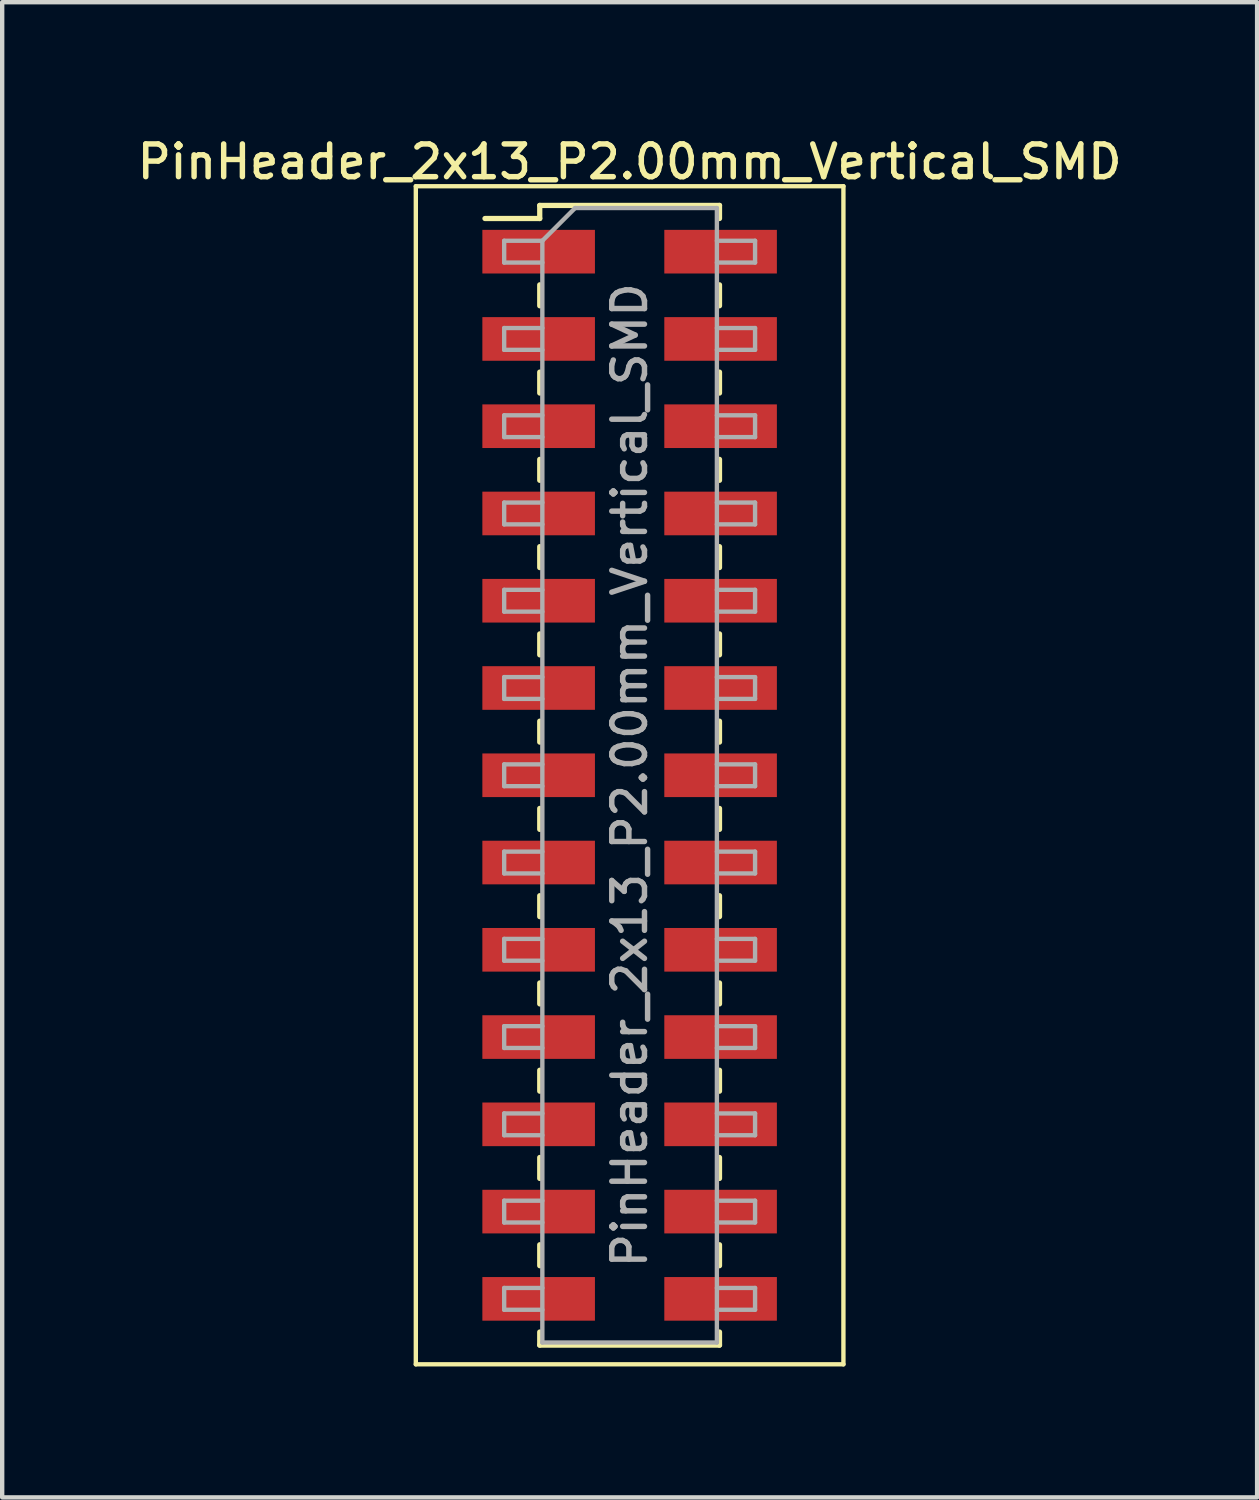
<source format=kicad_pcb>
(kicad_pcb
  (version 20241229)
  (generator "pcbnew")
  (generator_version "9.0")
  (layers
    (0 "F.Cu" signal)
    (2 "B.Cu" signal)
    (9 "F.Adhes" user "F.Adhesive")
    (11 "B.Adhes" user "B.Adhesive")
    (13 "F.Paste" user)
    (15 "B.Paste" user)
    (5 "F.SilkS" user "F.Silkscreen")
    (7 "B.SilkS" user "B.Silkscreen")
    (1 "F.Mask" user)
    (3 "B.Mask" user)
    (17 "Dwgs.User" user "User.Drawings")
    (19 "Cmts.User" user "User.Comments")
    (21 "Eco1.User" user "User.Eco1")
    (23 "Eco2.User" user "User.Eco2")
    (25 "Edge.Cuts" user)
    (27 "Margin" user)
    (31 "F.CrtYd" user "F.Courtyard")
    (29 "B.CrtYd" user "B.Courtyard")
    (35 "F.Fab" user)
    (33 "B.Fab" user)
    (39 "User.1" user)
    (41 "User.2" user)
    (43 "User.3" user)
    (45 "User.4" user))
  (footprint "PinHeader_2x13_P2.00mm_Vertical_SMD"
    (layer "F.Cu")
    (at 11.38 14.718)
    (property "Reference" "PinHeader_2x13_P2.00mm_Vertical_SMD" (at 0 -14.06 0) (layer "F.SilkS") (effects (font (size 0.75 0.75) (thickness 0.125))))
    (attr smd)
    (fp_line (start -4.9 -13.5) (end -4.9 13.5) (stroke (width 0.1) (type solid)) (layer "F.SilkS"))
    (fp_line (start -4.9 13.5) (end 4.9 13.5) (stroke (width 0.1) (type solid)) (layer "F.SilkS"))
    (fp_line (start -3.315 -12.76) (end -2.06 -12.76) (stroke (width 0.12) (type solid)) (layer "F.SilkS"))
    (fp_line (start -2.06 -13.06) (end -2.06 -12.76) (stroke (width 0.12) (type solid)) (layer "F.SilkS"))
    (fp_line (start -2.06 -13.06) (end 2.06 -13.06) (stroke (width 0.12) (type solid)) (layer "F.SilkS"))
    (fp_line (start -2.06 -11.24) (end -2.06 -10.76) (stroke (width 0.12) (type solid)) (layer "F.SilkS"))
    (fp_line (start -2.06 -9.24) (end -2.06 -8.76) (stroke (width 0.12) (type solid)) (layer "F.SilkS"))
    (fp_line (start -2.06 -7.24) (end -2.06 -6.76) (stroke (width 0.12) (type solid)) (layer "F.SilkS"))
    (fp_line (start -2.06 -5.24) (end -2.06 -4.76) (stroke (width 0.12) (type solid)) (layer "F.SilkS"))
    (fp_line (start -2.06 -3.24) (end -2.06 -2.76) (stroke (width 0.12) (type solid)) (layer "F.SilkS"))
    (fp_line (start -2.06 -1.24) (end -2.06 -0.76) (stroke (width 0.12) (type solid)) (layer "F.SilkS"))
    (fp_line (start -2.06 0.76) (end -2.06 1.24) (stroke (width 0.12) (type solid)) (layer "F.SilkS"))
    (fp_line (start -2.06 2.76) (end -2.06 3.24) (stroke (width 0.12) (type solid)) (layer "F.SilkS"))
    (fp_line (start -2.06 4.76) (end -2.06 5.24) (stroke (width 0.12) (type solid)) (layer "F.SilkS"))
    (fp_line (start -2.06 6.76) (end -2.06 7.24) (stroke (width 0.12) (type solid)) (layer "F.SilkS"))
    (fp_line (start -2.06 8.76) (end -2.06 9.24) (stroke (width 0.12) (type solid)) (layer "F.SilkS"))
    (fp_line (start -2.06 10.76) (end -2.06 11.24) (stroke (width 0.12) (type solid)) (layer "F.SilkS"))
    (fp_line (start -2.06 12.76) (end -2.06 13.06) (stroke (width 0.12) (type solid)) (layer "F.SilkS"))
    (fp_line (start -2.06 13.06) (end 2.06 13.06) (stroke (width 0.12) (type solid)) (layer "F.SilkS"))
    (fp_line (start 2.06 -13.06) (end 2.06 -12.76) (stroke (width 0.12) (type solid)) (layer "F.SilkS"))
    (fp_line (start 2.06 -11.24) (end 2.06 -10.76) (stroke (width 0.12) (type solid)) (layer "F.SilkS"))
    (fp_line (start 2.06 -9.24) (end 2.06 -8.76) (stroke (width 0.12) (type solid)) (layer "F.SilkS"))
    (fp_line (start 2.06 -7.24) (end 2.06 -6.76) (stroke (width 0.12) (type solid)) (layer "F.SilkS"))
    (fp_line (start 2.06 -5.24) (end 2.06 -4.76) (stroke (width 0.12) (type solid)) (layer "F.SilkS"))
    (fp_line (start 2.06 -3.24) (end 2.06 -2.76) (stroke (width 0.12) (type solid)) (layer "F.SilkS"))
    (fp_line (start 2.06 -1.24) (end 2.06 -0.76) (stroke (width 0.12) (type solid)) (layer "F.SilkS"))
    (fp_line (start 2.06 0.76) (end 2.06 1.24) (stroke (width 0.12) (type solid)) (layer "F.SilkS"))
    (fp_line (start 2.06 2.76) (end 2.06 3.24) (stroke (width 0.12) (type solid)) (layer "F.SilkS"))
    (fp_line (start 2.06 4.76) (end 2.06 5.24) (stroke (width 0.12) (type solid)) (layer "F.SilkS"))
    (fp_line (start 2.06 6.76) (end 2.06 7.24) (stroke (width 0.12) (type solid)) (layer "F.SilkS"))
    (fp_line (start 2.06 8.76) (end 2.06 9.24) (stroke (width 0.12) (type solid)) (layer "F.SilkS"))
    (fp_line (start 2.06 10.76) (end 2.06 11.24) (stroke (width 0.12) (type solid)) (layer "F.SilkS"))
    (fp_line (start 2.06 12.76) (end 2.06 13.06) (stroke (width 0.12) (type solid)) (layer "F.SilkS"))
    (fp_line (start 4.9 -13.5) (end -4.9 -13.5) (stroke (width 0.1) (type solid)) (layer "F.SilkS"))
    (fp_line (start 4.9 13.5) (end 4.9 -13.5) (stroke (width 0.1) (type solid)) (layer "F.SilkS"))
    (fp_line (start -2.875 -12.25) (end -2.875 -11.75) (stroke (width 0.1) (type solid)) (layer "F.Fab"))
    (fp_line (start -2.875 -11.75) (end -2 -11.75) (stroke (width 0.1) (type solid)) (layer "F.Fab"))
    (fp_line (start -2.875 -10.25) (end -2.875 -9.75) (stroke (width 0.1) (type solid)) (layer "F.Fab"))
    (fp_line (start -2.875 -9.75) (end -2 -9.75) (stroke (width 0.1) (type solid)) (layer "F.Fab"))
    (fp_line (start -2.875 -8.25) (end -2.875 -7.75) (stroke (width 0.1) (type solid)) (layer "F.Fab"))
    (fp_line (start -2.875 -7.75) (end -2 -7.75) (stroke (width 0.1) (type solid)) (layer "F.Fab"))
    (fp_line (start -2.875 -6.25) (end -2.875 -5.75) (stroke (width 0.1) (type solid)) (layer "F.Fab"))
    (fp_line (start -2.875 -5.75) (end -2 -5.75) (stroke (width 0.1) (type solid)) (layer "F.Fab"))
    (fp_line (start -2.875 -4.25) (end -2.875 -3.75) (stroke (width 0.1) (type solid)) (layer "F.Fab"))
    (fp_line (start -2.875 -3.75) (end -2 -3.75) (stroke (width 0.1) (type solid)) (layer "F.Fab"))
    (fp_line (start -2.875 -2.25) (end -2.875 -1.75) (stroke (width 0.1) (type solid)) (layer "F.Fab"))
    (fp_line (start -2.875 -1.75) (end -2 -1.75) (stroke (width 0.1) (type solid)) (layer "F.Fab"))
    (fp_line (start -2.875 -0.25) (end -2.875 0.25) (stroke (width 0.1) (type solid)) (layer "F.Fab"))
    (fp_line (start -2.875 0.25) (end -2 0.25) (stroke (width 0.1) (type solid)) (layer "F.Fab"))
    (fp_line (start -2.875 1.75) (end -2.875 2.25) (stroke (width 0.1) (type solid)) (layer "F.Fab"))
    (fp_line (start -2.875 2.25) (end -2 2.25) (stroke (width 0.1) (type solid)) (layer "F.Fab"))
    (fp_line (start -2.875 3.75) (end -2.875 4.25) (stroke (width 0.1) (type solid)) (layer "F.Fab"))
    (fp_line (start -2.875 4.25) (end -2 4.25) (stroke (width 0.1) (type solid)) (layer "F.Fab"))
    (fp_line (start -2.875 5.75) (end -2.875 6.25) (stroke (width 0.1) (type solid)) (layer "F.Fab"))
    (fp_line (start -2.875 6.25) (end -2 6.25) (stroke (width 0.1) (type solid)) (layer "F.Fab"))
    (fp_line (start -2.875 7.75) (end -2.875 8.25) (stroke (width 0.1) (type solid)) (layer "F.Fab"))
    (fp_line (start -2.875 8.25) (end -2 8.25) (stroke (width 0.1) (type solid)) (layer "F.Fab"))
    (fp_line (start -2.875 9.75) (end -2.875 10.25) (stroke (width 0.1) (type solid)) (layer "F.Fab"))
    (fp_line (start -2.875 10.25) (end -2 10.25) (stroke (width 0.1) (type solid)) (layer "F.Fab"))
    (fp_line (start -2.875 11.75) (end -2.875 12.25) (stroke (width 0.1) (type solid)) (layer "F.Fab"))
    (fp_line (start -2.875 12.25) (end -2 12.25) (stroke (width 0.1) (type solid)) (layer "F.Fab"))
    (fp_line (start -2 -12.25) (end -2.875 -12.25) (stroke (width 0.1) (type solid)) (layer "F.Fab"))
    (fp_line (start -2 -12.25) (end -1.25 -13) (stroke (width 0.1) (type solid)) (layer "F.Fab"))
    (fp_line (start -2 -10.25) (end -2.875 -10.25) (stroke (width 0.1) (type solid)) (layer "F.Fab"))
    (fp_line (start -2 -8.25) (end -2.875 -8.25) (stroke (width 0.1) (type solid)) (layer "F.Fab"))
    (fp_line (start -2 -6.25) (end -2.875 -6.25) (stroke (width 0.1) (type solid)) (layer "F.Fab"))
    (fp_line (start -2 -4.25) (end -2.875 -4.25) (stroke (width 0.1) (type solid)) (layer "F.Fab"))
    (fp_line (start -2 -2.25) (end -2.875 -2.25) (stroke (width 0.1) (type solid)) (layer "F.Fab"))
    (fp_line (start -2 -0.25) (end -2.875 -0.25) (stroke (width 0.1) (type solid)) (layer "F.Fab"))
    (fp_line (start -2 1.75) (end -2.875 1.75) (stroke (width 0.1) (type solid)) (layer "F.Fab"))
    (fp_line (start -2 3.75) (end -2.875 3.75) (stroke (width 0.1) (type solid)) (layer "F.Fab"))
    (fp_line (start -2 5.75) (end -2.875 5.75) (stroke (width 0.1) (type solid)) (layer "F.Fab"))
    (fp_line (start -2 7.75) (end -2.875 7.75) (stroke (width 0.1) (type solid)) (layer "F.Fab"))
    (fp_line (start -2 9.75) (end -2.875 9.75) (stroke (width 0.1) (type solid)) (layer "F.Fab"))
    (fp_line (start -2 11.75) (end -2.875 11.75) (stroke (width 0.1) (type solid)) (layer "F.Fab"))
    (fp_line (start -2 13) (end -2 -12.25) (stroke (width 0.1) (type solid)) (layer "F.Fab"))
    (fp_line (start -1.25 -13) (end 2 -13) (stroke (width 0.1) (type solid)) (layer "F.Fab"))
    (fp_line (start 2 -13) (end 2 13) (stroke (width 0.1) (type solid)) (layer "F.Fab"))
    (fp_line (start 2 -12.25) (end 2.875 -12.25) (stroke (width 0.1) (type solid)) (layer "F.Fab"))
    (fp_line (start 2 -10.25) (end 2.875 -10.25) (stroke (width 0.1) (type solid)) (layer "F.Fab"))
    (fp_line (start 2 -8.25) (end 2.875 -8.25) (stroke (width 0.1) (type solid)) (layer "F.Fab"))
    (fp_line (start 2 -6.25) (end 2.875 -6.25) (stroke (width 0.1) (type solid)) (layer "F.Fab"))
    (fp_line (start 2 -4.25) (end 2.875 -4.25) (stroke (width 0.1) (type solid)) (layer "F.Fab"))
    (fp_line (start 2 -2.25) (end 2.875 -2.25) (stroke (width 0.1) (type solid)) (layer "F.Fab"))
    (fp_line (start 2 -0.25) (end 2.875 -0.25) (stroke (width 0.1) (type solid)) (layer "F.Fab"))
    (fp_line (start 2 1.75) (end 2.875 1.75) (stroke (width 0.1) (type solid)) (layer "F.Fab"))
    (fp_line (start 2 3.75) (end 2.875 3.75) (stroke (width 0.1) (type solid)) (layer "F.Fab"))
    (fp_line (start 2 5.75) (end 2.875 5.75) (stroke (width 0.1) (type solid)) (layer "F.Fab"))
    (fp_line (start 2 7.75) (end 2.875 7.75) (stroke (width 0.1) (type solid)) (layer "F.Fab"))
    (fp_line (start 2 9.75) (end 2.875 9.75) (stroke (width 0.1) (type solid)) (layer "F.Fab"))
    (fp_line (start 2 11.75) (end 2.875 11.75) (stroke (width 0.1) (type solid)) (layer "F.Fab"))
    (fp_line (start 2 13) (end -2 13) (stroke (width 0.1) (type solid)) (layer "F.Fab"))
    (fp_line (start 2.875 -12.25) (end 2.875 -11.75) (stroke (width 0.1) (type solid)) (layer "F.Fab"))
    (fp_line (start 2.875 -11.75) (end 2 -11.75) (stroke (width 0.1) (type solid)) (layer "F.Fab"))
    (fp_line (start 2.875 -10.25) (end 2.875 -9.75) (stroke (width 0.1) (type solid)) (layer "F.Fab"))
    (fp_line (start 2.875 -9.75) (end 2 -9.75) (stroke (width 0.1) (type solid)) (layer "F.Fab"))
    (fp_line (start 2.875 -8.25) (end 2.875 -7.75) (stroke (width 0.1) (type solid)) (layer "F.Fab"))
    (fp_line (start 2.875 -7.75) (end 2 -7.75) (stroke (width 0.1) (type solid)) (layer "F.Fab"))
    (fp_line (start 2.875 -6.25) (end 2.875 -5.75) (stroke (width 0.1) (type solid)) (layer "F.Fab"))
    (fp_line (start 2.875 -5.75) (end 2 -5.75) (stroke (width 0.1) (type solid)) (layer "F.Fab"))
    (fp_line (start 2.875 -4.25) (end 2.875 -3.75) (stroke (width 0.1) (type solid)) (layer "F.Fab"))
    (fp_line (start 2.875 -3.75) (end 2 -3.75) (stroke (width 0.1) (type solid)) (layer "F.Fab"))
    (fp_line (start 2.875 -2.25) (end 2.875 -1.75) (stroke (width 0.1) (type solid)) (layer "F.Fab"))
    (fp_line (start 2.875 -1.75) (end 2 -1.75) (stroke (width 0.1) (type solid)) (layer "F.Fab"))
    (fp_line (start 2.875 -0.25) (end 2.875 0.25) (stroke (width 0.1) (type solid)) (layer "F.Fab"))
    (fp_line (start 2.875 0.25) (end 2 0.25) (stroke (width 0.1) (type solid)) (layer "F.Fab"))
    (fp_line (start 2.875 1.75) (end 2.875 2.25) (stroke (width 0.1) (type solid)) (layer "F.Fab"))
    (fp_line (start 2.875 2.25) (end 2 2.25) (stroke (width 0.1) (type solid)) (layer "F.Fab"))
    (fp_line (start 2.875 3.75) (end 2.875 4.25) (stroke (width 0.1) (type solid)) (layer "F.Fab"))
    (fp_line (start 2.875 4.25) (end 2 4.25) (stroke (width 0.1) (type solid)) (layer "F.Fab"))
    (fp_line (start 2.875 5.75) (end 2.875 6.25) (stroke (width 0.1) (type solid)) (layer "F.Fab"))
    (fp_line (start 2.875 6.25) (end 2 6.25) (stroke (width 0.1) (type solid)) (layer "F.Fab"))
    (fp_line (start 2.875 7.75) (end 2.875 8.25) (stroke (width 0.1) (type solid)) (layer "F.Fab"))
    (fp_line (start 2.875 8.25) (end 2 8.25) (stroke (width 0.1) (type solid)) (layer "F.Fab"))
    (fp_line (start 2.875 9.75) (end 2.875 10.25) (stroke (width 0.1) (type solid)) (layer "F.Fab"))
    (fp_line (start 2.875 10.25) (end 2 10.25) (stroke (width 0.1) (type solid)) (layer "F.Fab"))
    (fp_line (start 2.875 11.75) (end 2.875 12.25) (stroke (width 0.1) (type solid)) (layer "F.Fab"))
    (fp_line (start 2.875 12.25) (end 2 12.25) (stroke (width 0.1) (type solid)) (layer "F.Fab"))
    (fp_text user "${REFERENCE}" (at 0 0 90) (layer "F.Fab") (effects (font (size 0.75 0.75) (thickness 0.125))))
    (pad "1" smd rect (at -2.085 -12) (size 2.58 1) (layers "F.Cu" "F.Mask" "F.Paste"))
    (pad "2" smd rect (at 2.085 -12) (size 2.58 1) (layers "F.Cu" "F.Mask" "F.Paste"))
    (pad "3" smd rect (at -2.085 -10) (size 2.58 1) (layers "F.Cu" "F.Mask" "F.Paste"))
    (pad "4" smd rect (at 2.085 -10) (size 2.58 1) (layers "F.Cu" "F.Mask" "F.Paste"))
    (pad "5" smd rect (at -2.085 -8) (size 2.58 1) (layers "F.Cu" "F.Mask" "F.Paste"))
    (pad "6" smd rect (at 2.085 -8) (size 2.58 1) (layers "F.Cu" "F.Mask" "F.Paste"))
    (pad "7" smd rect (at -2.085 -6) (size 2.58 1) (layers "F.Cu" "F.Mask" "F.Paste"))
    (pad "8" smd rect (at 2.085 -6) (size 2.58 1) (layers "F.Cu" "F.Mask" "F.Paste"))
    (pad "9" smd rect (at -2.085 -4) (size 2.58 1) (layers "F.Cu" "F.Mask" "F.Paste"))
    (pad "10" smd rect (at 2.085 -4) (size 2.58 1) (layers "F.Cu" "F.Mask" "F.Paste"))
    (pad "11" smd rect (at -2.085 -2) (size 2.58 1) (layers "F.Cu" "F.Mask" "F.Paste"))
    (pad "12" smd rect (at 2.085 -2) (size 2.58 1) (layers "F.Cu" "F.Mask" "F.Paste"))
    (pad "13" smd rect (at -2.085 0) (size 2.58 1) (layers "F.Cu" "F.Mask" "F.Paste"))
    (pad "14" smd rect (at 2.085 0) (size 2.58 1) (layers "F.Cu" "F.Mask" "F.Paste"))
    (pad "15" smd rect (at -2.085 2) (size 2.58 1) (layers "F.Cu" "F.Mask" "F.Paste"))
    (pad "16" smd rect (at 2.085 2) (size 2.58 1) (layers "F.Cu" "F.Mask" "F.Paste"))
    (pad "17" smd rect (at -2.085 4) (size 2.58 1) (layers "F.Cu" "F.Mask" "F.Paste"))
    (pad "18" smd rect (at 2.085 4) (size 2.58 1) (layers "F.Cu" "F.Mask" "F.Paste"))
    (pad "19" smd rect (at -2.085 6) (size 2.58 1) (layers "F.Cu" "F.Mask" "F.Paste"))
    (pad "20" smd rect (at 2.085 6) (size 2.58 1) (layers "F.Cu" "F.Mask" "F.Paste"))
    (pad "21" smd rect (at -2.085 8) (size 2.58 1) (layers "F.Cu" "F.Mask" "F.Paste"))
    (pad "22" smd rect (at 2.085 8) (size 2.58 1) (layers "F.Cu" "F.Mask" "F.Paste"))
    (pad "23" smd rect (at -2.085 10) (size 2.58 1) (layers "F.Cu" "F.Mask" "F.Paste"))
    (pad "24" smd rect (at 2.085 10) (size 2.58 1) (layers "F.Cu" "F.Mask" "F.Paste"))
    (pad "25" smd rect (at -2.085 12) (size 2.58 1) (layers "F.Cu" "F.Mask" "F.Paste"))
    (pad "26" smd rect (at 2.085 12) (size 2.58 1) (layers "F.Cu" "F.Mask" "F.Paste")))
  (gr_rect
    (start -3 -3)
    (end 25.761 31.268)
    (stroke (width 0.1) (type default))
    (fill no)
    (layer "Edge.Cuts")))
</source>
